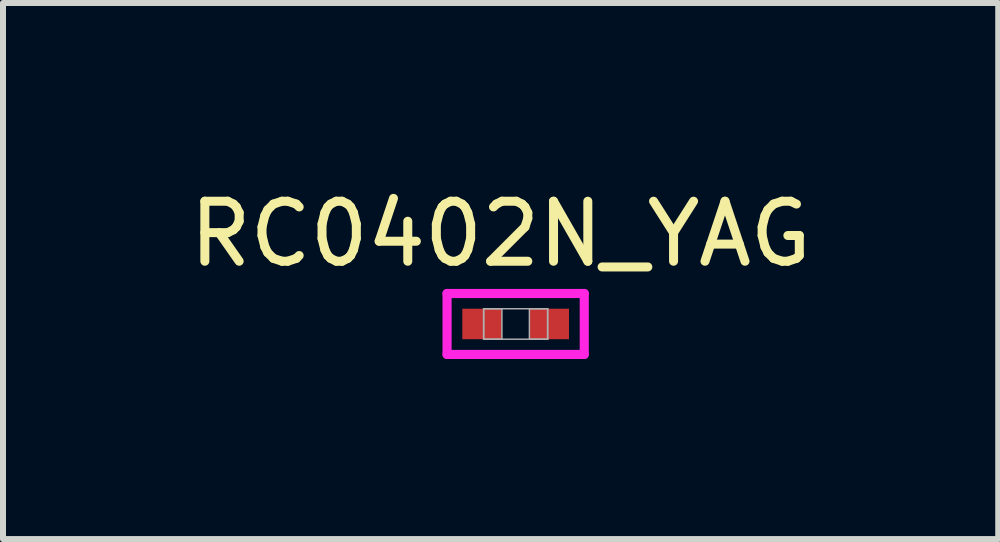
<source format=kicad_pcb>
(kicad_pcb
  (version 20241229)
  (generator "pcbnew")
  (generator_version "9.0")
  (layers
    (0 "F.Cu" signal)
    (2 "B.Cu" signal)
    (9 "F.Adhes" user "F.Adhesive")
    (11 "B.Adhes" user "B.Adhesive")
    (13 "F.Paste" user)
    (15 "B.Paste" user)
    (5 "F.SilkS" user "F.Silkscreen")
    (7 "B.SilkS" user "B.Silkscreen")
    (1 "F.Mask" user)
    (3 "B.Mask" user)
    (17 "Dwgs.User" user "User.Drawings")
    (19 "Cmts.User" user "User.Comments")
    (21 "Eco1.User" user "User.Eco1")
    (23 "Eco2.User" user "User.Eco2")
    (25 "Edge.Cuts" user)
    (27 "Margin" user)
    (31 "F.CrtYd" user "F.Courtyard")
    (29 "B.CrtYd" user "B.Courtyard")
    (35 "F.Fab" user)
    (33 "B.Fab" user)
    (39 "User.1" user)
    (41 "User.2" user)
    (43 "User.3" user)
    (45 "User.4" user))
  (footprint "RC0402N_YAG"
    (layer "F.Cu")
    (at 5.542 2.348)
    (property "Reference" "RC0402N_YAG" (at -0.25 -1.5 0) (unlocked yes) (layer "F.SilkS") (effects (font (size 1 1) (thickness 0.15))))
    (attr smd)
    (fp_line (start -1.143 -0.508) (end 1.143 -0.508) (stroke (width 0.152) (type solid)) (layer "F.CrtYd"))
    (fp_line (start -1.143 0.508) (end -1.143 -0.508) (stroke (width 0.152) (type solid)) (layer "F.CrtYd"))
    (fp_line (start 1.143 -0.508) (end 1.143 0.508) (stroke (width 0.152) (type solid)) (layer "F.CrtYd"))
    (fp_line (start 1.143 0.508) (end -1.143 0.508) (stroke (width 0.152) (type solid)) (layer "F.CrtYd"))
    (fp_line (start -0.533 -0.254) (end -0.533 0.254) (stroke (width 0.025) (type solid)) (layer "F.Fab"))
    (fp_line (start -0.533 -0.254) (end -0.533 0.254) (stroke (width 0.025) (type solid)) (layer "F.Fab"))
    (fp_line (start -0.533 0.254) (end -0.229 0.254) (stroke (width 0.025) (type solid)) (layer "F.Fab"))
    (fp_line (start -0.533 0.254) (end 0.533 0.254) (stroke (width 0.025) (type solid)) (layer "F.Fab"))
    (fp_line (start -0.229 -0.254) (end -0.533 -0.254) (stroke (width 0.025) (type solid)) (layer "F.Fab"))
    (fp_line (start -0.229 0.254) (end -0.229 -0.254) (stroke (width 0.025) (type solid)) (layer "F.Fab"))
    (fp_line (start 0.229 -0.254) (end 0.229 0.254) (stroke (width 0.025) (type solid)) (layer "F.Fab"))
    (fp_line (start 0.229 0.254) (end 0.533 0.254) (stroke (width 0.025) (type solid)) (layer "F.Fab"))
    (fp_line (start 0.533 -0.254) (end -0.533 -0.254) (stroke (width 0.025) (type solid)) (layer "F.Fab"))
    (fp_line (start 0.533 -0.254) (end 0.229 -0.254) (stroke (width 0.025) (type solid)) (layer "F.Fab"))
    (fp_line (start 0.533 0.254) (end 0.533 -0.254) (stroke (width 0.025) (type solid)) (layer "F.Fab"))
    (fp_line (start 0.533 0.254) (end 0.533 -0.254) (stroke (width 0.025) (type solid)) (layer "F.Fab"))
    (pad "1" smd rect (at -0.559 0) (size 0.66 0.508) (layers "F.Cu" "F.Mask" "F.Paste"))
    (pad "2" smd rect (at 0.559 0) (size 0.66 0.508) (layers "F.Cu" "F.Mask" "F.Paste"))
    (zone (net_name "") (layer "F.Cu") (hatch full 0.508) (connect_pads) (min_thickness 0.254) (filled_areas_thickness no) (keepout (tracks not_allowed) (vias not_allowed) (pads allowed) (copperpour not_allowed) (footprints allowed)) (placement (enabled no)) (fill) (polygon (pts (xy 5.364 2.145) (xy 5.719 2.145) (xy 5.719 2.551) (xy 5.364 2.551)))))
  (gr_rect
    (start -3 -3)
    (end 13.583 5.932)
    (stroke (width 0.1) (type default))
    (fill no)
    (layer "Edge.Cuts")))
</source>
